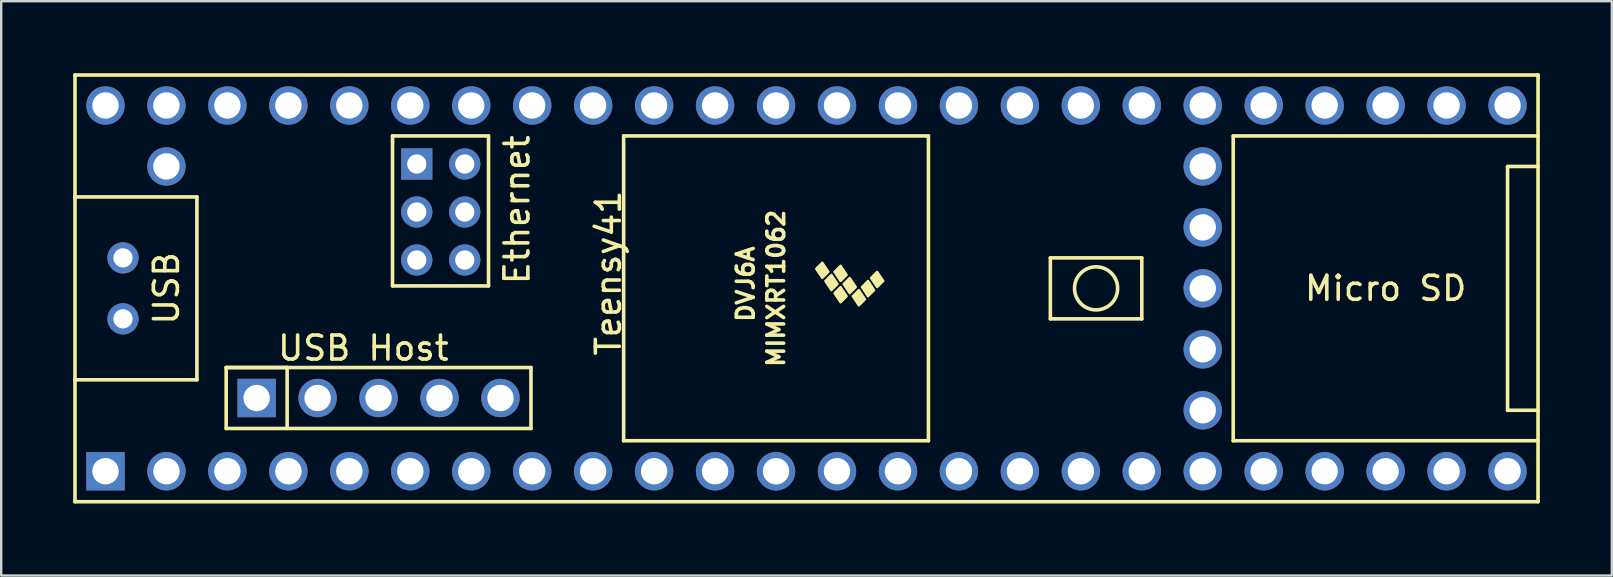
<source format=kicad_pcb>
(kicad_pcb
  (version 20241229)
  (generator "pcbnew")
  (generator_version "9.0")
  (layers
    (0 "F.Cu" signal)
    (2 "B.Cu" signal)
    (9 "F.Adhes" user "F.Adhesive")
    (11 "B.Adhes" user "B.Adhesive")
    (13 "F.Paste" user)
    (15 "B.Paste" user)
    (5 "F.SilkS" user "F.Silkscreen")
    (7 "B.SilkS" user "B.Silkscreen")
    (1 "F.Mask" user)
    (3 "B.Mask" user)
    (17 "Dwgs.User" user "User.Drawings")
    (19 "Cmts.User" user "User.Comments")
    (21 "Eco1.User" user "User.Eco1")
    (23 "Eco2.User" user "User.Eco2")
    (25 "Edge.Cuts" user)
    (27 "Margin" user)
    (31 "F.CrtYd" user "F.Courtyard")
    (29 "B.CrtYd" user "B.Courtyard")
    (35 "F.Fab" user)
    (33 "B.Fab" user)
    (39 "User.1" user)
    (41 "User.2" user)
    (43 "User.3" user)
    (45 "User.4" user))
  (footprint "Teensy41"
    (layer "F.Cu")
    (at 30.555 8.965)
    (property "Reference" "Teensy41" (at -8.255 -0.635 270) (layer "F.SilkS") (effects (font (size 1 1) (thickness 0.15))))
    (attr through_hole)
    (fp_line (start -30.48 -8.89) (end 30.48 -8.89) (stroke (width 0.15) (type solid)) (layer "F.SilkS"))
    (fp_line (start -30.48 8.89) (end -30.48 -8.89) (stroke (width 0.15) (type solid)) (layer "F.SilkS"))
    (fp_line (start -25.4 -3.81) (end -30.48 -3.81) (stroke (width 0.15) (type solid)) (layer "F.SilkS"))
    (fp_line (start -25.4 3.81) (end -30.48 3.81) (stroke (width 0.15) (type solid)) (layer "F.SilkS"))
    (fp_line (start -25.4 3.81) (end -25.4 -3.81) (stroke (width 0.15) (type solid)) (layer "F.SilkS"))
    (fp_line (start -24.181 3.299) (end -21.641 3.299) (stroke (width 0.15) (type solid)) (layer "F.SilkS"))
    (fp_line (start -24.181 3.299) (end -11.481 3.299) (stroke (width 0.15) (type solid)) (layer "F.SilkS"))
    (fp_line (start -24.181 5.839) (end -24.181 3.299) (stroke (width 0.15) (type solid)) (layer "F.SilkS"))
    (fp_line (start -21.641 3.299) (end -21.641 5.839) (stroke (width 0.15) (type solid)) (layer "F.SilkS"))
    (fp_line (start -17.25 -6.352) (end -17.25 -6.102) (stroke (width 0.15) (type solid)) (layer "F.SilkS"))
    (fp_line (start -17.25 -6.102) (end -17.25 -0.102) (stroke (width 0.15) (type solid)) (layer "F.SilkS"))
    (fp_line (start -17.25 -0.102) (end -13.25 -0.102) (stroke (width 0.15) (type solid)) (layer "F.SilkS"))
    (fp_line (start -13.25 -6.352) (end -17.25 -6.352) (stroke (width 0.15) (type solid)) (layer "F.SilkS"))
    (fp_line (start -13.25 -0.102) (end -13.25 -6.352) (stroke (width 0.15) (type solid)) (layer "F.SilkS"))
    (fp_line (start -11.481 3.299) (end -11.481 5.839) (stroke (width 0.15) (type solid)) (layer "F.SilkS"))
    (fp_line (start -11.481 5.839) (end -24.181 5.839) (stroke (width 0.15) (type solid)) (layer "F.SilkS"))
    (fp_line (start -7.62 -6.35) (end -7.62 6.35) (stroke (width 0.15) (type solid)) (layer "F.SilkS"))
    (fp_line (start -7.62 6.35) (end 5.08 6.35) (stroke (width 0.15) (type solid)) (layer "F.SilkS"))
    (fp_line (start 5.08 -6.35) (end -7.62 -6.35) (stroke (width 0.15) (type solid)) (layer "F.SilkS"))
    (fp_line (start 5.08 6.35) (end 5.08 -6.35) (stroke (width 0.15) (type solid)) (layer "F.SilkS"))
    (fp_line (start 10.16 -1.27) (end 13.97 -1.27) (stroke (width 0.15) (type solid)) (layer "F.SilkS"))
    (fp_line (start 10.16 1.27) (end 10.16 -1.27) (stroke (width 0.15) (type solid)) (layer "F.SilkS"))
    (fp_line (start 13.97 -1.27) (end 13.97 1.27) (stroke (width 0.15) (type solid)) (layer "F.SilkS"))
    (fp_line (start 13.97 1.27) (end 10.16 1.27) (stroke (width 0.15) (type solid)) (layer "F.SilkS"))
    (fp_line (start 17.78 -6.35) (end 17.78 6.35) (stroke (width 0.15) (type solid)) (layer "F.SilkS"))
    (fp_line (start 17.78 6.35) (end 30.48 6.35) (stroke (width 0.15) (type solid)) (layer "F.SilkS"))
    (fp_line (start 29.21 -5.08) (end 29.21 5.08) (stroke (width 0.15) (type solid)) (layer "F.SilkS"))
    (fp_line (start 29.21 5.08) (end 30.48 5.08) (stroke (width 0.15) (type solid)) (layer "F.SilkS"))
    (fp_line (start 30.48 -8.89) (end 30.48 8.89) (stroke (width 0.15) (type solid)) (layer "F.SilkS"))
    (fp_line (start 30.48 -6.35) (end 17.78 -6.35) (stroke (width 0.15) (type solid)) (layer "F.SilkS"))
    (fp_line (start 30.48 -5.08) (end 29.21 -5.08) (stroke (width 0.15) (type solid)) (layer "F.SilkS"))
    (fp_line (start 30.48 8.89) (end -30.48 8.89) (stroke (width 0.15) (type solid)) (layer "F.SilkS"))
    (fp_circle (center 12.065 0) (end 12.7 -0.635) (stroke (width 0.15) (type solid)) (fill no) (layer "F.SilkS"))
    (fp_poly (pts (xy 0.911 -0.688) (xy 0.657 -0.434) (xy 0.403 -0.815) (xy 0.657 -1.069)) (stroke (width 0.1) (type solid)) (fill yes) (layer "F.SilkS"))
    (fp_poly (pts (xy 1.292 -0.18) (xy 1.038 0.074) (xy 0.784 -0.307) (xy 1.038 -0.561)) (stroke (width 0.1) (type solid)) (fill yes) (layer "F.SilkS"))
    (fp_poly (pts (xy 1.673 -0.561) (xy 1.419 -0.307) (xy 1.165 -0.688) (xy 1.419 -0.942)) (stroke (width 0.1) (type solid)) (fill yes) (layer "F.SilkS"))
    (fp_poly (pts (xy 1.673 0.328) (xy 1.419 0.582) (xy 1.165 0.201) (xy 1.419 -0.053)) (stroke (width 0.1) (type solid)) (fill yes) (layer "F.SilkS"))
    (fp_poly (pts (xy 2.054 -0.053) (xy 1.8 0.201) (xy 1.546 -0.18) (xy 1.8 -0.434)) (stroke (width 0.1) (type solid)) (fill yes) (layer "F.SilkS"))
    (fp_poly (pts (xy 2.435 0.455) (xy 2.181 0.709) (xy 1.927 0.328) (xy 2.181 0.074)) (stroke (width 0.1) (type solid)) (fill yes) (layer "F.SilkS"))
    (fp_poly (pts (xy 2.816 0.074) (xy 2.562 0.328) (xy 2.308 -0.053) (xy 2.562 -0.307)) (stroke (width 0.1) (type solid)) (fill yes) (layer "F.SilkS"))
    (fp_poly (pts (xy 3.197 -0.307) (xy 2.943 -0.053) (xy 2.689 -0.434) (xy 2.943 -0.688)) (stroke (width 0.1) (type solid)) (fill yes) (layer "F.SilkS"))
    (fp_text user "USB Host" (at -18.466 2.489 0) (layer "F.SilkS") (effects (font (size 1 1) (thickness 0.15))))
    (fp_text user "DVJ6A" (at -2.54 -0.18 270) (layer "F.SilkS") (effects (font (size 0.7 0.7) (thickness 0.15))))
    (fp_text user "MIMXRT1062" (at -1.27 0 270) (layer "F.SilkS") (effects (font (size 0.7 0.7) (thickness 0.15))))
    (fp_text user "USB" (at -26.67 0 270) (layer "F.SilkS") (effects (font (size 1 1) (thickness 0.15))))
    (fp_text user "Micro SD" (at 24.13 0 0) (layer "F.SilkS") (effects (font (size 1 1) (thickness 0.15))))
    (fp_text user "Ethernet" (at -12.065 -3.277 90) (layer "F.SilkS") (effects (font (size 1 1) (thickness 0.15))))
    (pad "1" thru_hole rect (at -29.21 7.62) (size 1.6 1.6) (drill 1.1) (layers "*.Cu" "*.Mask"))
    (pad "2" thru_hole circle (at -26.67 7.62) (size 1.6 1.6) (drill 1.1) (layers "*.Cu" "*.Mask"))
    (pad "3" thru_hole circle (at -24.13 7.62) (size 1.6 1.6) (drill 1.1) (layers "*.Cu" "*.Mask"))
    (pad "4" thru_hole circle (at -21.59 7.62) (size 1.6 1.6) (drill 1.1) (layers "*.Cu" "*.Mask"))
    (pad "5" thru_hole circle (at -19.05 7.62) (size 1.6 1.6) (drill 1.1) (layers "*.Cu" "*.Mask"))
    (pad "6" thru_hole circle (at -16.51 7.62) (size 1.6 1.6) (drill 1.1) (layers "*.Cu" "*.Mask"))
    (pad "7" thru_hole circle (at -13.97 7.62) (size 1.6 1.6) (drill 1.1) (layers "*.Cu" "*.Mask"))
    (pad "8" thru_hole circle (at -11.43 7.62) (size 1.6 1.6) (drill 1.1) (layers "*.Cu" "*.Mask"))
    (pad "9" thru_hole circle (at -8.89 7.62) (size 1.6 1.6) (drill 1.1) (layers "*.Cu" "*.Mask"))
    (pad "10" thru_hole circle (at -6.35 7.62) (size 1.6 1.6) (drill 1.1) (layers "*.Cu" "*.Mask"))
    (pad "11" thru_hole circle (at -3.81 7.62) (size 1.6 1.6) (drill 1.1) (layers "*.Cu" "*.Mask"))
    (pad "12" thru_hole circle (at -1.27 7.62) (size 1.6 1.6) (drill 1.1) (layers "*.Cu" "*.Mask"))
    (pad "13" thru_hole circle (at 1.27 7.62) (size 1.6 1.6) (drill 1.1) (layers "*.Cu" "*.Mask"))
    (pad "14" thru_hole circle (at 3.81 7.62) (size 1.6 1.6) (drill 1.1) (layers "*.Cu" "*.Mask"))
    (pad "15" thru_hole circle (at 6.35 7.62) (size 1.6 1.6) (drill 1.1) (layers "*.Cu" "*.Mask"))
    (pad "16" thru_hole circle (at 8.89 7.62) (size 1.6 1.6) (drill 1.1) (layers "*.Cu" "*.Mask"))
    (pad "17" thru_hole circle (at 11.43 7.62) (size 1.6 1.6) (drill 1.1) (layers "*.Cu" "*.Mask"))
    (pad "18" thru_hole circle (at 13.97 7.62) (size 1.6 1.6) (drill 1.1) (layers "*.Cu" "*.Mask"))
    (pad "19" thru_hole circle (at 16.51 7.62) (size 1.6 1.6) (drill 1.1) (layers "*.Cu" "*.Mask"))
    (pad "20" thru_hole circle (at 19.05 7.62) (size 1.6 1.6) (drill 1.1) (layers "*.Cu" "*.Mask"))
    (pad "21" thru_hole circle (at 21.59 7.62) (size 1.6 1.6) (drill 1.1) (layers "*.Cu" "*.Mask"))
    (pad "22" thru_hole circle (at 24.13 7.62) (size 1.6 1.6) (drill 1.1) (layers "*.Cu" "*.Mask"))
    (pad "23" thru_hole circle (at 26.67 7.62) (size 1.6 1.6) (drill 1.1) (layers "*.Cu" "*.Mask"))
    (pad "24" thru_hole circle (at 29.21 7.62) (size 1.6 1.6) (drill 1.1) (layers "*.Cu" "*.Mask"))
    (pad "25" thru_hole circle (at 29.21 -7.62) (size 1.6 1.6) (drill 1.1) (layers "*.Cu" "*.Mask"))
    (pad "26" thru_hole circle (at 26.67 -7.62) (size 1.6 1.6) (drill 1.1) (layers "*.Cu" "*.Mask"))
    (pad "27" thru_hole circle (at 24.13 -7.62) (size 1.6 1.6) (drill 1.1) (layers "*.Cu" "*.Mask"))
    (pad "28" thru_hole circle (at 21.59 -7.62) (size 1.6 1.6) (drill 1.1) (layers "*.Cu" "*.Mask"))
    (pad "29" thru_hole circle (at 19.05 -7.62) (size 1.6 1.6) (drill 1.1) (layers "*.Cu" "*.Mask"))
    (pad "30" thru_hole circle (at 16.51 -7.62) (size 1.6 1.6) (drill 1.1) (layers "*.Cu" "*.Mask"))
    (pad "31" thru_hole circle (at 13.97 -7.62) (size 1.6 1.6) (drill 1.1) (layers "*.Cu" "*.Mask"))
    (pad "32" thru_hole circle (at 11.43 -7.62) (size 1.6 1.6) (drill 1.1) (layers "*.Cu" "*.Mask"))
    (pad "33" thru_hole circle (at 8.89 -7.62) (size 1.6 1.6) (drill 1.1) (layers "*.Cu" "*.Mask"))
    (pad "34" thru_hole circle (at 6.35 -7.62) (size 1.6 1.6) (drill 1.1) (layers "*.Cu" "*.Mask"))
    (pad "35" thru_hole circle (at 3.81 -7.62) (size 1.6 1.6) (drill 1.1) (layers "*.Cu" "*.Mask"))
    (pad "36" thru_hole circle (at 1.27 -7.62) (size 1.6 1.6) (drill 1.1) (layers "*.Cu" "*.Mask"))
    (pad "37" thru_hole circle (at -1.27 -7.62) (size 1.6 1.6) (drill 1.1) (layers "*.Cu" "*.Mask"))
    (pad "38" thru_hole circle (at -3.81 -7.62) (size 1.6 1.6) (drill 1.1) (layers "*.Cu" "*.Mask"))
    (pad "39" thru_hole circle (at -6.35 -7.62) (size 1.6 1.6) (drill 1.1) (layers "*.Cu" "*.Mask"))
    (pad "40" thru_hole circle (at -8.89 -7.62) (size 1.6 1.6) (drill 1.1) (layers "*.Cu" "*.Mask"))
    (pad "41" thru_hole circle (at -11.43 -7.62) (size 1.6 1.6) (drill 1.1) (layers "*.Cu" "*.Mask"))
    (pad "42" thru_hole circle (at -13.97 -7.62) (size 1.6 1.6) (drill 1.1) (layers "*.Cu" "*.Mask"))
    (pad "43" thru_hole circle (at -16.51 -7.62) (size 1.6 1.6) (drill 1.1) (layers "*.Cu" "*.Mask"))
    (pad "44" thru_hole circle (at -19.05 -7.62) (size 1.6 1.6) (drill 1.1) (layers "*.Cu" "*.Mask"))
    (pad "45" thru_hole circle (at -21.59 -7.62) (size 1.6 1.6) (drill 1.1) (layers "*.Cu" "*.Mask"))
    (pad "46" thru_hole circle (at -24.13 -7.62) (size 1.6 1.6) (drill 1.1) (layers "*.Cu" "*.Mask"))
    (pad "47" thru_hole circle (at -26.67 -7.62) (size 1.6 1.6) (drill 1.1) (layers "*.Cu" "*.Mask"))
    (pad "48" thru_hole circle (at -29.21 -7.62) (size 1.6 1.6) (drill 1.1) (layers "*.Cu" "*.Mask"))
    (pad "49" thru_hole circle (at -26.67 -5.08) (size 1.6 1.6) (drill 1.1) (layers "*.Cu" "*.Mask"))
    (pad "50" thru_hole circle (at 16.51 5.08) (size 1.6 1.6) (drill 1.1) (layers "*.Cu" "*.Mask"))
    (pad "51" thru_hole circle (at 16.51 2.54) (size 1.6 1.6) (drill 1.1) (layers "*.Cu" "*.Mask"))
    (pad "52" thru_hole circle (at 16.51 0) (size 1.6 1.6) (drill 1.1) (layers "*.Cu" "*.Mask"))
    (pad "53" thru_hole circle (at 16.51 -2.54) (size 1.6 1.6) (drill 1.1) (layers "*.Cu" "*.Mask"))
    (pad "54" thru_hole circle (at 16.51 -5.08) (size 1.6 1.6) (drill 1.1) (layers "*.Cu" "*.Mask"))
    (pad "55" thru_hole rect (at -22.911 4.569) (size 1.6 1.6) (drill 1.1) (layers "*.Cu" "*.Mask"))
    (pad "56" thru_hole circle (at -20.371 4.569) (size 1.6 1.6) (drill 1.1) (layers "*.Cu" "*.Mask"))
    (pad "57" thru_hole circle (at -17.831 4.569) (size 1.6 1.6) (drill 1.1) (layers "*.Cu" "*.Mask"))
    (pad "58" thru_hole circle (at -15.291 4.569) (size 1.6 1.6) (drill 1.1) (layers "*.Cu" "*.Mask"))
    (pad "59" thru_hole circle (at -12.751 4.569) (size 1.6 1.6) (drill 1.1) (layers "*.Cu" "*.Mask"))
    (pad "60" thru_hole rect (at -16.24 -5.182) (size 1.3 1.3) (drill 0.8) (layers "*.Cu" "*.Mask"))
    (pad "61" thru_hole circle (at -16.24 -3.182) (size 1.3 1.3) (drill 0.8) (layers "*.Cu" "*.Mask"))
    (pad "62" thru_hole circle (at -16.24 -1.182) (size 1.3 1.3) (drill 0.8) (layers "*.Cu" "*.Mask"))
    (pad "63" thru_hole circle (at -14.24 -1.182) (size 1.3 1.3) (drill 0.8) (layers "*.Cu" "*.Mask"))
    (pad "64" thru_hole circle (at -14.24 -3.182) (size 1.3 1.3) (drill 0.8) (layers "*.Cu" "*.Mask"))
    (pad "65" thru_hole circle (at -14.24 -5.182) (size 1.3 1.3) (drill 0.8) (layers "*.Cu" "*.Mask"))
    (pad "66" thru_hole circle (at -28.48 -1.27) (size 1.3 1.3) (drill 0.8) (layers "*.Cu" "*.Mask"))
    (pad "67" thru_hole circle (at -28.48 1.27) (size 1.3 1.3) (drill 0.8) (layers "*.Cu" "*.Mask")))
  (gr_rect
    (start -3 -3)
    (end 64.11 20.93)
    (stroke (width 0.1) (type default))
    (fill no)
    (layer "Edge.Cuts")))
</source>
